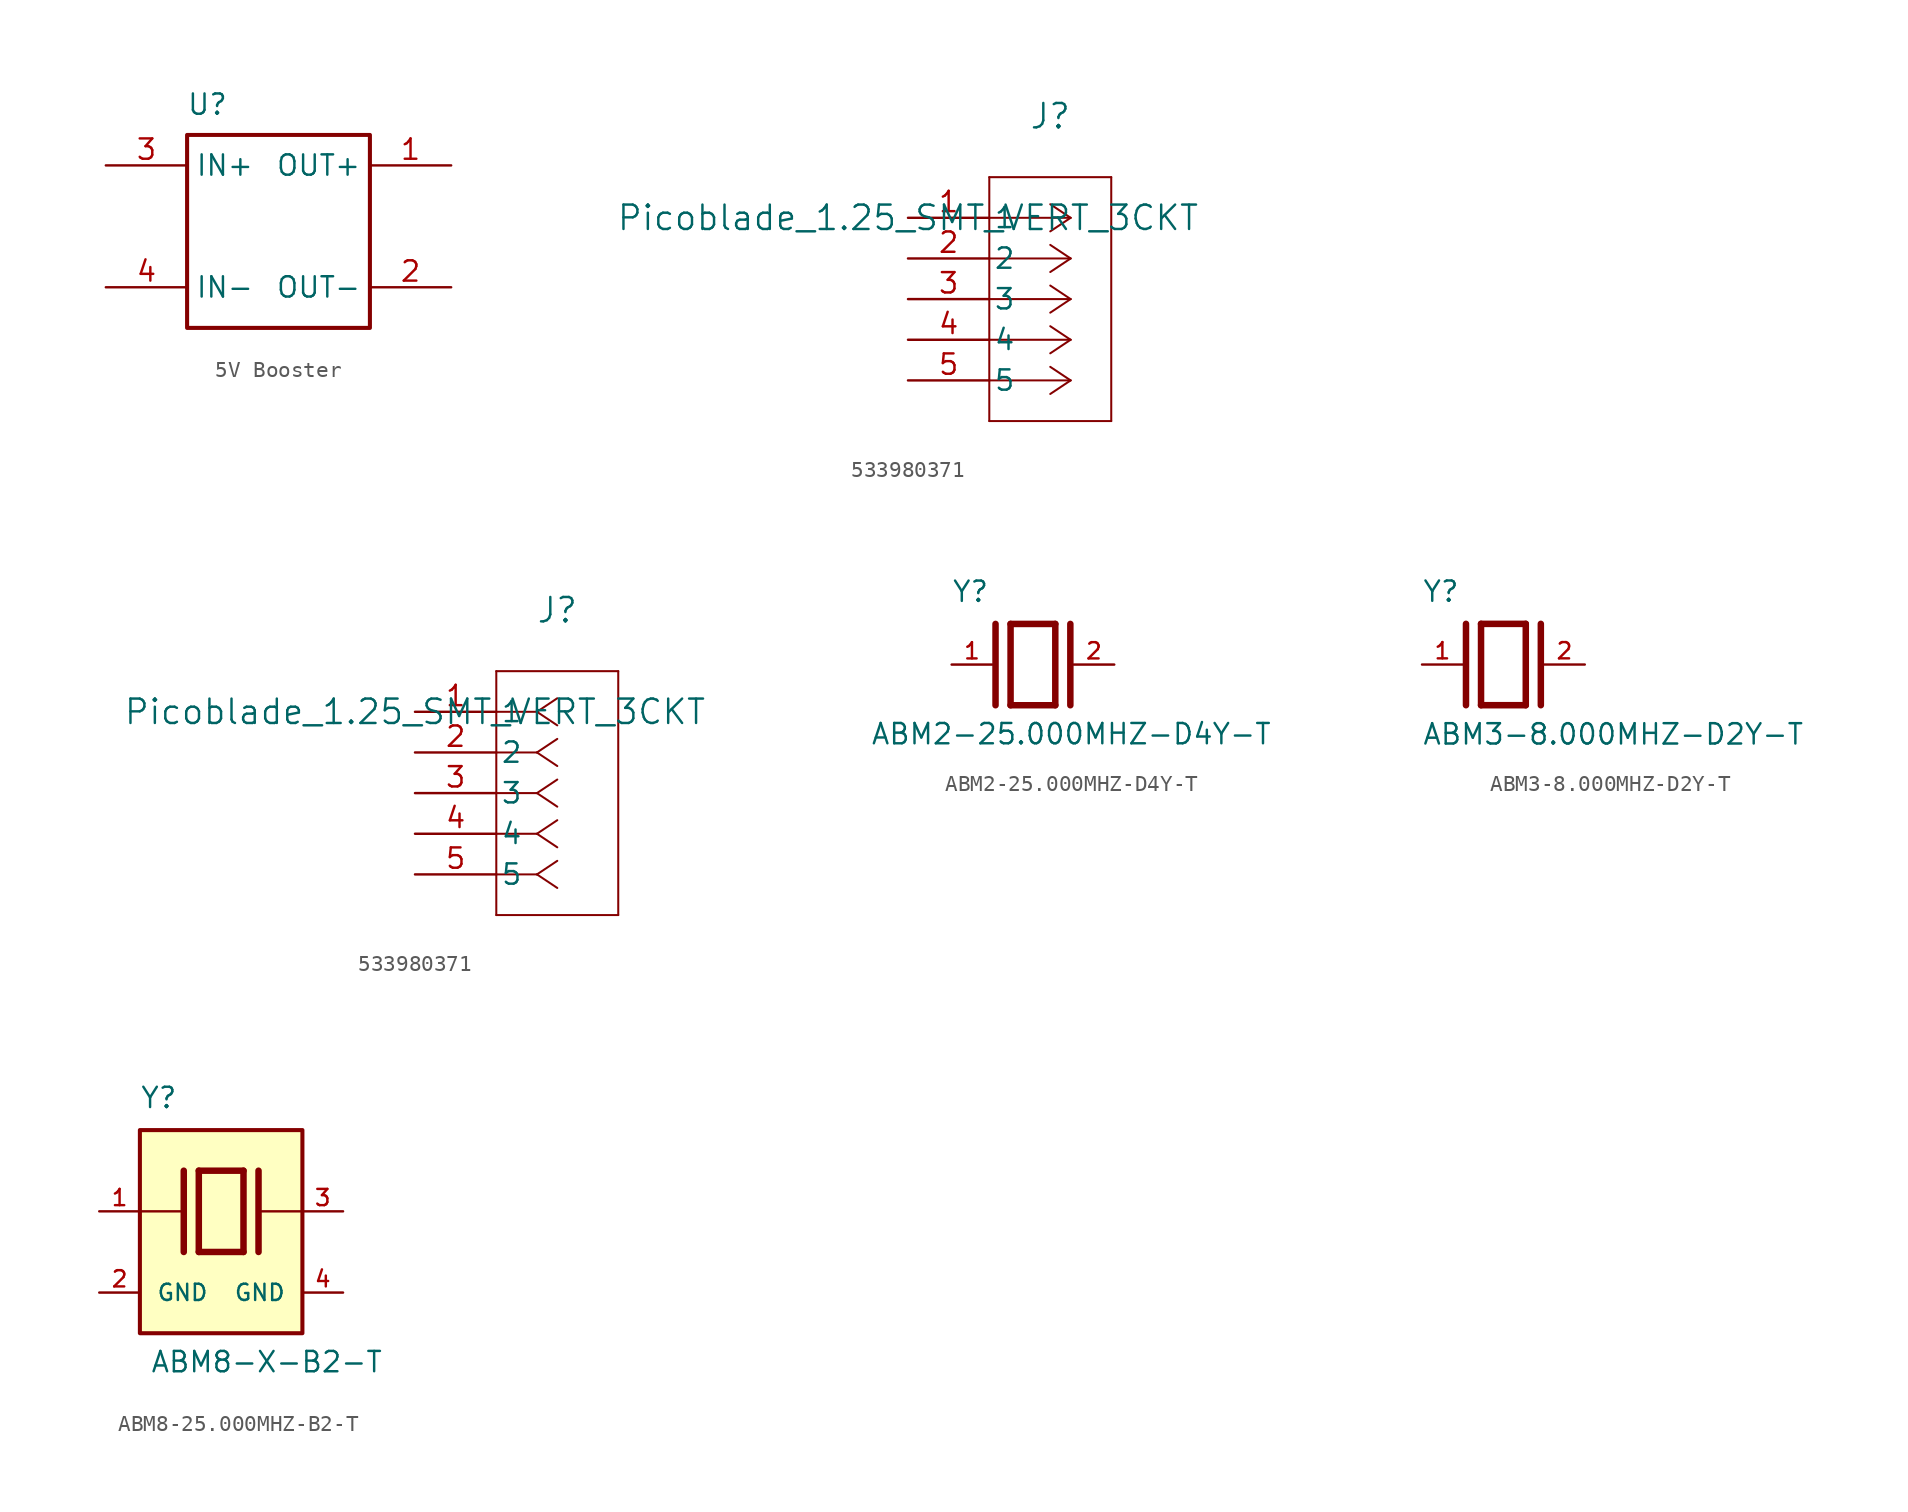
<source format=kicad_sym>
(kicad_symbol_lib
  (version 20220914)
  (generator kicad_symbol_editor)
  (symbol "5V Booster"
    (property "Reference" "U"
      (at 1.27 8.89 0)
      (effects (font (size 1.27 1.27))))
    (property "Value" ""
      (at 0 0 0)
      (effects (font (size 1.27 1.27))))
    (symbol "5V Booster_1_0"
      (rectangle (start 0 6.985) (end 11.43 -5.08) (stroke (width 0.254) (type solid)) (fill (type none)))
      (pin passive line (at 16.51 5.08 180) (length 5.08) (name "OUT+" (effects (font (size 1.27 1.27)))) (number "1" (effects (font (size 1.27 1.27)))))
      (pin passive line (at 16.51 -2.54 180) (length 5.08) (name "OUT-" (effects (font (size 1.27 1.27)))) (number "2" (effects (font (size 1.27 1.27)))))
      (pin passive line (at -5.08 5.08 0) (length 5.08) (name "IN+" (effects (font (size 1.27 1.27)))) (number "3" (effects (font (size 1.27 1.27)))))
      (pin passive line (at -5.08 -2.54 0) (length 5.08) (name "IN-" (effects (font (size 1.27 1.27)))) (number "4" (effects (font (size 1.27 1.27)))))))
  (symbol "533980371"
    (pin_names
      (offset 0.254))
    (property "Reference" "J"
      (at 8.89 6.35 0)
      (effects (font (size 1.524 1.524))))
    (property "Value" "Picoblade_1.25_SMT_VERT_3CKT"
      (at 0 0 0)
      (effects (font (size 1.524 1.524))))
    (symbol "533980371_1_1"
      (polyline (pts (xy 10.16 0) (xy 5.08 0)) (stroke (width 0.127) (type default) (color 0 0 0 0)) (fill (type none)))
      (polyline (pts (xy 10.16 -2.54) (xy 5.08 -2.54)) (stroke (width 0.127) (type default) (color 0 0 0 0)) (fill (type none)))
      (polyline (pts (xy 10.16 -5.08) (xy 5.08 -5.08)) (stroke (width 0.127) (type default) (color 0 0 0 0)) (fill (type none)))
      (polyline (pts (xy 10.16 -7.62) (xy 5.08 -7.62)) (stroke (width 0.127) (type default) (color 0 0 0 0)) (fill (type none)))
      (polyline (pts (xy 10.16 -10.16) (xy 5.08 -10.16)) (stroke (width 0.127) (type default) (color 0 0 0 0)) (fill (type none)))
      (polyline (pts (xy 10.16 0) (xy 8.89 0.847)) (stroke (width 0.127) (type default) (color 0 0 0 0)) (fill (type none)))
      (polyline (pts (xy 10.16 -2.54) (xy 8.89 -1.693)) (stroke (width 0.127) (type default) (color 0 0 0 0)) (fill (type none)))
      (polyline (pts (xy 10.16 -5.08) (xy 8.89 -4.233)) (stroke (width 0.127) (type default) (color 0 0 0 0)) (fill (type none)))
      (polyline (pts (xy 10.16 -7.62) (xy 8.89 -6.773)) (stroke (width 0.127) (type default) (color 0 0 0 0)) (fill (type none)))
      (polyline (pts (xy 10.16 -10.16) (xy 8.89 -9.313)) (stroke (width 0.127) (type default) (color 0 0 0 0)) (fill (type none)))
      (polyline (pts (xy 10.16 0) (xy 8.89 -0.847)) (stroke (width 0.127) (type default) (color 0 0 0 0)) (fill (type none)))
      (polyline (pts (xy 10.16 -2.54) (xy 8.89 -3.387)) (stroke (width 0.127) (type default) (color 0 0 0 0)) (fill (type none)))
      (polyline (pts (xy 10.16 -5.08) (xy 8.89 -5.927)) (stroke (width 0.127) (type default) (color 0 0 0 0)) (fill (type none)))
      (polyline (pts (xy 10.16 -7.62) (xy 8.89 -8.467)) (stroke (width 0.127) (type default) (color 0 0 0 0)) (fill (type none)))
      (polyline (pts (xy 10.16 -10.16) (xy 8.89 -11.007)) (stroke (width 0.127) (type default) (color 0 0 0 0)) (fill (type none)))
      (polyline (pts (xy 5.08 2.54) (xy 5.08 -12.7)) (stroke (width 0.127) (type default) (color 0 0 0 0)) (fill (type none)))
      (polyline (pts (xy 5.08 -12.7) (xy 12.7 -12.7)) (stroke (width 0.127) (type default) (color 0 0 0 0)) (fill (type none)))
      (polyline (pts (xy 12.7 -12.7) (xy 12.7 2.54)) (stroke (width 0.127) (type default) (color 0 0 0 0)) (fill (type none)))
      (polyline (pts (xy 12.7 2.54) (xy 5.08 2.54)) (stroke (width 0.127) (type default) (color 0 0 0 0)) (fill (type none)))
      (pin unspecified line (at 0 0 0) (length 5.08) (name "1" (effects (font (size 1.27 1.27)))) (number "1" (effects (font (size 1.27 1.27)))))
      (pin unspecified line (at 0 -2.54 0) (length 5.08) (name "2" (effects (font (size 1.27 1.27)))) (number "2" (effects (font (size 1.27 1.27)))))
      (pin unspecified line (at 0 -5.08 0) (length 5.08) (name "3" (effects (font (size 1.27 1.27)))) (number "3" (effects (font (size 1.27 1.27)))))
      (pin unspecified line (at 0 -7.62 0) (length 5.08) (name "4" (effects (font (size 1.27 1.27)))) (number "4" (effects (font (size 1.27 1.27)))))
      (pin unspecified line (at 0 -10.16 0) (length 5.08) (name "5" (effects (font (size 1.27 1.27)))) (number "5" (effects (font (size 1.27 1.27))))))
    (symbol "533980371_1_2"
      (polyline (pts (xy 7.62 0) (xy 5.08 0)) (stroke (width 0.127) (type default) (color 0 0 0 0)) (fill (type none)))
      (polyline (pts (xy 7.62 -2.54) (xy 5.08 -2.54)) (stroke (width 0.127) (type default) (color 0 0 0 0)) (fill (type none)))
      (polyline (pts (xy 7.62 -5.08) (xy 5.08 -5.08)) (stroke (width 0.127) (type default) (color 0 0 0 0)) (fill (type none)))
      (polyline (pts (xy 7.62 -7.62) (xy 5.08 -7.62)) (stroke (width 0.127) (type default) (color 0 0 0 0)) (fill (type none)))
      (polyline (pts (xy 7.62 -10.16) (xy 5.08 -10.16)) (stroke (width 0.127) (type default) (color 0 0 0 0)) (fill (type none)))
      (polyline (pts (xy 7.62 0) (xy 8.89 0.847)) (stroke (width 0.127) (type default) (color 0 0 0 0)) (fill (type none)))
      (polyline (pts (xy 7.62 -2.54) (xy 8.89 -1.693)) (stroke (width 0.127) (type default) (color 0 0 0 0)) (fill (type none)))
      (polyline (pts (xy 7.62 -5.08) (xy 8.89 -4.233)) (stroke (width 0.127) (type default) (color 0 0 0 0)) (fill (type none)))
      (polyline (pts (xy 7.62 -7.62) (xy 8.89 -6.773)) (stroke (width 0.127) (type default) (color 0 0 0 0)) (fill (type none)))
      (polyline (pts (xy 7.62 -10.16) (xy 8.89 -9.313)) (stroke (width 0.127) (type default) (color 0 0 0 0)) (fill (type none)))
      (polyline (pts (xy 7.62 0) (xy 8.89 -0.847)) (stroke (width 0.127) (type default) (color 0 0 0 0)) (fill (type none)))
      (polyline (pts (xy 7.62 -2.54) (xy 8.89 -3.387)) (stroke (width 0.127) (type default) (color 0 0 0 0)) (fill (type none)))
      (polyline (pts (xy 7.62 -5.08) (xy 8.89 -5.927)) (stroke (width 0.127) (type default) (color 0 0 0 0)) (fill (type none)))
      (polyline (pts (xy 7.62 -7.62) (xy 8.89 -8.467)) (stroke (width 0.127) (type default) (color 0 0 0 0)) (fill (type none)))
      (polyline (pts (xy 7.62 -10.16) (xy 8.89 -11.007)) (stroke (width 0.127) (type default) (color 0 0 0 0)) (fill (type none)))
      (polyline (pts (xy 5.08 2.54) (xy 5.08 -12.7)) (stroke (width 0.127) (type default) (color 0 0 0 0)) (fill (type none)))
      (polyline (pts (xy 5.08 -12.7) (xy 12.7 -12.7)) (stroke (width 0.127) (type default) (color 0 0 0 0)) (fill (type none)))
      (polyline (pts (xy 12.7 -12.7) (xy 12.7 2.54)) (stroke (width 0.127) (type default) (color 0 0 0 0)) (fill (type none)))
      (polyline (pts (xy 12.7 2.54) (xy 5.08 2.54)) (stroke (width 0.127) (type default) (color 0 0 0 0)) (fill (type none)))
      (pin unspecified line (at 0 0 0) (length 5.08) (name "1" (effects (font (size 1.27 1.27)))) (number "1" (effects (font (size 1.27 1.27)))))
      (pin unspecified line (at 0 -2.54 0) (length 5.08) (name "2" (effects (font (size 1.27 1.27)))) (number "2" (effects (font (size 1.27 1.27)))))
      (pin unspecified line (at 0 -5.08 0) (length 5.08) (name "3" (effects (font (size 1.27 1.27)))) (number "3" (effects (font (size 1.27 1.27)))))
      (pin unspecified line (at 0 -7.62 0) (length 5.08) (name "4" (effects (font (size 1.27 1.27)))) (number "4" (effects (font (size 1.27 1.27)))))
      (pin unspecified line (at 0 -10.16 0) (length 5.08) (name "5" (effects (font (size 1.27 1.27)))) (number "5" (effects (font (size 1.27 1.27)))))))
  (symbol "ABM2-25.000MHZ-D4Y-T"
    (pin_names
      (offset 1.016))
    (property "Reference" "Y"
      (at -5.088 3.816 0)
      (effects (font (size 1.27 1.27)) (justify left bottom)))
    (property "Value" "ABM2-25.000MHZ-D4Y-T"
      (at -10.16 -5.08 0)
      (effects (font (size 1.27 1.27)) (justify left bottom)))
    (symbol "ABM2-25.000MHZ-D4Y-T_0_0"
      (polyline (pts (xy -2.337 2.54) (xy -2.337 -2.54)) (stroke (width 0.406) (type default)) (fill (type none)))
      (polyline (pts (xy -1.397 2.54) (xy -1.397 -2.54)) (stroke (width 0.406) (type default)) (fill (type none)))
      (polyline (pts (xy -1.397 2.54) (xy 1.397 2.54)) (stroke (width 0.406) (type default)) (fill (type none)))
      (polyline (pts (xy 1.397 -2.54) (xy -1.397 -2.54)) (stroke (width 0.406) (type default)) (fill (type none)))
      (polyline (pts (xy 1.397 2.54) (xy 1.397 -2.54)) (stroke (width 0.406) (type default)) (fill (type none)))
      (polyline (pts (xy 2.337 2.54) (xy 2.337 -2.54)) (stroke (width 0.406) (type default)) (fill (type none)))
      (pin passive line (at -5.08 0 0) (length 2.54) (name "~" (effects (font (size 1.016 1.016)))) (number "1" (effects (font (size 1.016 1.016)))))
      (pin passive line (at 5.08 0 180) (length 2.54) (name "~" (effects (font (size 1.016 1.016)))) (number "2" (effects (font (size 1.016 1.016)))))))
  (symbol "ABM3-8.000MHZ-D2Y-T"
    (pin_names
      (offset 1.016))
    (property "Reference" "Y"
      (at -5.088 3.816 0)
      (effects (font (size 1.27 1.27)) (justify left bottom)))
    (property "Value" "ABM3-8.000MHZ-D2Y-T"
      (at -5.094 -5.094 0)
      (effects (font (size 1.27 1.27)) (justify left bottom)))
    (symbol "ABM3-8.000MHZ-D2Y-T_0_0"
      (polyline (pts (xy -2.337 2.54) (xy -2.337 -2.54)) (stroke (width 0.406) (type default)) (fill (type none)))
      (polyline (pts (xy -1.397 2.54) (xy -1.397 -2.54)) (stroke (width 0.406) (type default)) (fill (type none)))
      (polyline (pts (xy -1.397 2.54) (xy 1.397 2.54)) (stroke (width 0.406) (type default)) (fill (type none)))
      (polyline (pts (xy 1.397 -2.54) (xy -1.397 -2.54)) (stroke (width 0.406) (type default)) (fill (type none)))
      (polyline (pts (xy 1.397 2.54) (xy 1.397 -2.54)) (stroke (width 0.406) (type default)) (fill (type none)))
      (polyline (pts (xy 2.337 2.54) (xy 2.337 -2.54)) (stroke (width 0.406) (type default)) (fill (type none)))
      (pin passive line (at -5.08 0 0) (length 2.54) (name "~" (effects (font (size 1.016 1.016)))) (number "1" (effects (font (size 1.016 1.016)))))
      (pin passive line (at 5.08 0 180) (length 2.54) (name "~" (effects (font (size 1.016 1.016)))) (number "2" (effects (font (size 1.016 1.016)))))))
  (symbol "ABM8-25.000MHZ-B2-T"
    (pin_names
      (offset 1.016))
    (property "Reference" "Y"
      (at -5.088 6.356 0)
      (effects (font (size 1.27 1.27)) (justify left bottom)))
    (property "Value" "ABM8-X-B2-T"
      (at -4.445 -10.16 0)
      (effects (font (size 1.27 1.27)) (justify left bottom)))
    (symbol "ABM8-25.000MHZ-B2-T_0_0"
      (polyline (pts (xy -5.08 0) (xy -2.54 0)) (stroke (width 0.152) (type default)) (fill (type none)))
      (polyline (pts (xy -2.337 2.54) (xy -2.337 -2.54)) (stroke (width 0.406) (type default)) (fill (type none)))
      (polyline (pts (xy -1.397 2.54) (xy -1.397 -2.54)) (stroke (width 0.406) (type default)) (fill (type none)))
      (polyline (pts (xy -1.397 2.54) (xy 1.397 2.54)) (stroke (width 0.406) (type default)) (fill (type none)))
      (polyline (pts (xy 1.397 -2.54) (xy -1.397 -2.54)) (stroke (width 0.406) (type default)) (fill (type none)))
      (polyline (pts (xy 1.397 2.54) (xy 1.397 -2.54)) (stroke (width 0.406) (type default)) (fill (type none)))
      (polyline (pts (xy 2.337 2.54) (xy 2.337 -2.54)) (stroke (width 0.406) (type default)) (fill (type none)))
      (polyline (pts (xy 2.54 0) (xy 5.08 0)) (stroke (width 0.152) (type default)) (fill (type none)))
      (pin passive line (at -7.62 0 0) (length 2.54) (name "~" (effects (font (size 1.016 1.016)))) (number "1" (effects (font (size 1.016 1.016)))))
      (pin power_in line (at -7.62 -5.08 0) (length 2.54) (name "GND" (effects (font (size 1.016 1.016)))) (number "2" (effects (font (size 1.016 1.016)))))
      (pin passive line (at 7.62 0 180) (length 2.54) (name "~" (effects (font (size 1.016 1.016)))) (number "3" (effects (font (size 1.016 1.016)))))
      (pin power_in line (at 7.62 -5.08 180) (length 2.54) (name "GND" (effects (font (size 1.016 1.016)))) (number "4" (effects (font (size 1.016 1.016))))))
    (symbol "ABM8-25.000MHZ-B2-T_1_0"
      (rectangle (start -5.08 5.08) (end 5.08 -7.62) (stroke (width 0.254) (type default)) (fill (type background))))))
</source>
